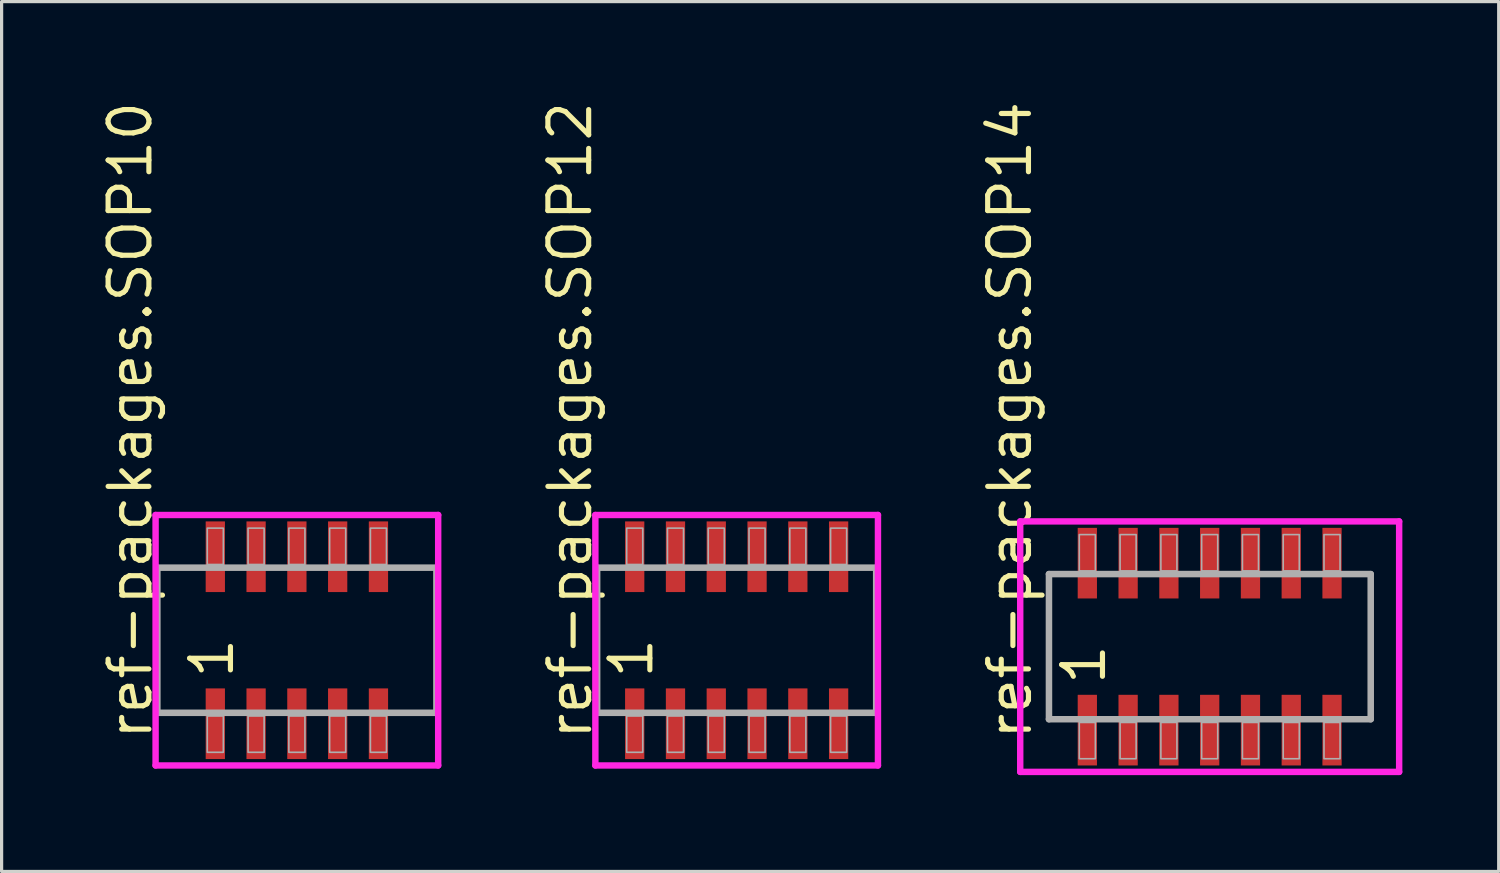
<source format=kicad_pcb>
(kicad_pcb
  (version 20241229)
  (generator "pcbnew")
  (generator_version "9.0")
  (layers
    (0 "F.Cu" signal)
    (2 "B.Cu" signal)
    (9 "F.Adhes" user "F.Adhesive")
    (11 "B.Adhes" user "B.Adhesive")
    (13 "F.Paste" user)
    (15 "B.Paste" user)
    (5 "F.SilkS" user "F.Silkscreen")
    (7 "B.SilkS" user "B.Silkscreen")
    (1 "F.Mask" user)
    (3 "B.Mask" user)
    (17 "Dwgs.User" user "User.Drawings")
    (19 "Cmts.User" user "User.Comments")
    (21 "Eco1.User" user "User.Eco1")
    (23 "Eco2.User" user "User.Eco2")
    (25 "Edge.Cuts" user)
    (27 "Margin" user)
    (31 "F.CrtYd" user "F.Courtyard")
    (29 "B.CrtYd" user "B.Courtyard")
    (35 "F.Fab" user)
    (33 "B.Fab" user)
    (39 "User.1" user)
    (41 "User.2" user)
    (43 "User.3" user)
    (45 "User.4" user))
  (footprint "ref-packages.SOP12"
    (layer "F.Cu")
    (at 19.89 16.887)
    (property "Reference" "ref-packages.SOP12" (at -4.445 3.175 90) (layer "F.SilkS") (effects (font (size 1.27 1.27) (thickness 0.16)) (justify left bottom)))
    (attr smd)
    (fp_line (start -4.4 -3.9) (end 4.4 -3.9) (stroke (width 0.2) (type default)) (layer "F.CrtYd"))
    (fp_line (start -4.4 3.9) (end -4.4 -3.9) (stroke (width 0.2) (type default)) (layer "F.CrtYd"))
    (fp_line (start 4.4 -3.9) (end 4.4 3.9) (stroke (width 0.2) (type default)) (layer "F.CrtYd"))
    (fp_line (start 4.4 3.9) (end -4.4 3.9) (stroke (width 0.2) (type default)) (layer "F.CrtYd"))
    (fp_line (start -4.345 -2.26) (end 4.345 -2.26) (stroke (width 0.203) (type default)) (layer "F.Fab"))
    (fp_line (start -4.345 2.26) (end -4.345 -2.26) (stroke (width 0.203) (type default)) (layer "F.Fab"))
    (fp_line (start 4.345 -2.26) (end 4.345 2.26) (stroke (width 0.203) (type default)) (layer "F.Fab"))
    (fp_line (start 4.345 2.26) (end -4.345 2.26) (stroke (width 0.203) (type default)) (layer "F.Fab"))
    (fp_rect (start -3.425 -2.36) (end -2.925 -3.49) (stroke (width 0.05) (type default)) (fill no) (layer "F.Fab"))
    (fp_rect (start -3.425 3.49) (end -2.925 2.36) (stroke (width 0.05) (type default)) (fill no) (layer "F.Fab"))
    (fp_rect (start -2.155 -2.36) (end -1.655 -3.49) (stroke (width 0.05) (type default)) (fill no) (layer "F.Fab"))
    (fp_rect (start -2.155 3.49) (end -1.655 2.36) (stroke (width 0.05) (type default)) (fill no) (layer "F.Fab"))
    (fp_rect (start -0.885 -2.36) (end -0.385 -3.49) (stroke (width 0.05) (type default)) (fill no) (layer "F.Fab"))
    (fp_rect (start -0.885 3.49) (end -0.385 2.36) (stroke (width 0.05) (type default)) (fill no) (layer "F.Fab"))
    (fp_rect (start 0.385 -2.36) (end 0.885 -3.49) (stroke (width 0.05) (type default)) (fill no) (layer "F.Fab"))
    (fp_rect (start 0.385 3.49) (end 0.885 2.36) (stroke (width 0.05) (type default)) (fill no) (layer "F.Fab"))
    (fp_rect (start 1.655 -2.36) (end 2.155 -3.49) (stroke (width 0.05) (type default)) (fill no) (layer "F.Fab"))
    (fp_rect (start 1.655 3.49) (end 2.155 2.36) (stroke (width 0.05) (type default)) (fill no) (layer "F.Fab"))
    (fp_rect (start 2.925 -2.36) (end 3.425 -3.49) (stroke (width 0.05) (type default)) (fill no) (layer "F.Fab"))
    (fp_rect (start 2.925 3.49) (end 3.425 2.36) (stroke (width 0.05) (type default)) (fill no) (layer "F.Fab"))
    (fp_text user "1" (at -2.54 1.27 90) (layer "F.SilkS") (effects (font (size 1.27 1.27) (thickness 0.16)) (justify left bottom)))
    (pad "1" smd roundrect (at -3.175 2.6) (size 0.6 2.2) (layers "F.Cu" "F.Mask" "F.Paste") (roundrect_rratio 0.01))
    (pad "2" smd roundrect (at -1.905 2.6) (size 0.6 2.2) (layers "F.Cu" "F.Mask" "F.Paste") (roundrect_rratio 0.01))
    (pad "3" smd roundrect (at -0.635 2.6) (size 0.6 2.2) (layers "F.Cu" "F.Mask" "F.Paste") (roundrect_rratio 0.01))
    (pad "4" smd roundrect (at 0.635 2.6) (size 0.6 2.2) (layers "F.Cu" "F.Mask" "F.Paste") (roundrect_rratio 0.01))
    (pad "5" smd roundrect (at 1.905 2.6) (size 0.6 2.2) (layers "F.Cu" "F.Mask" "F.Paste") (roundrect_rratio 0.01))
    (pad "6" smd roundrect (at 3.175 2.6) (size 0.6 2.2) (layers "F.Cu" "F.Mask" "F.Paste") (roundrect_rratio 0.01))
    (pad "7" smd roundrect (at 3.175 -2.6) (size 0.6 2.2) (layers "F.Cu" "F.Mask" "F.Paste") (roundrect_rratio 0.01))
    (pad "8" smd roundrect (at 1.905 -2.6) (size 0.6 2.2) (layers "F.Cu" "F.Mask" "F.Paste") (roundrect_rratio 0.01))
    (pad "9" smd roundrect (at 0.635 -2.6) (size 0.6 2.2) (layers "F.Cu" "F.Mask" "F.Paste") (roundrect_rratio 0.01))
    (pad "10" smd roundrect (at -0.635 -2.6) (size 0.6 2.2) (layers "F.Cu" "F.Mask" "F.Paste") (roundrect_rratio 0.01))
    (pad "11" smd roundrect (at -1.905 -2.6) (size 0.6 2.2) (layers "F.Cu" "F.Mask" "F.Paste") (roundrect_rratio 0.01))
    (pad "12" smd roundrect (at -3.175 -2.6) (size 0.6 2.2) (layers "F.Cu" "F.Mask" "F.Paste") (roundrect_rratio 0.01)))
  (footprint "ref-packages.SOP14"
    (layer "F.Cu")
    (at 34.62 17.087)
    (property "Reference" "ref-packages.SOP14" (at -5.48 2.975 90) (layer "F.SilkS") (effects (font (size 1.27 1.27) (thickness 0.16)) (justify left bottom)))
    (attr smd)
    (fp_line (start -5.9 -3.9) (end 5.9 -3.9) (stroke (width 0.2) (type default)) (layer "F.CrtYd"))
    (fp_line (start -5.9 3.9) (end -5.9 -3.9) (stroke (width 0.2) (type default)) (layer "F.CrtYd"))
    (fp_line (start 5.9 -3.9) (end 5.9 3.9) (stroke (width 0.2) (type default)) (layer "F.CrtYd"))
    (fp_line (start 5.9 3.9) (end -5.9 3.9) (stroke (width 0.2) (type default)) (layer "F.CrtYd"))
    (fp_line (start -5.005 -2.26) (end 5.015 -2.26) (stroke (width 0.203) (type default)) (layer "F.Fab"))
    (fp_line (start -5.005 2.26) (end -5.005 -2.26) (stroke (width 0.203) (type default)) (layer "F.Fab"))
    (fp_line (start 5.015 -2.26) (end 5.015 2.26) (stroke (width 0.203) (type default)) (layer "F.Fab"))
    (fp_line (start 5.015 2.26) (end -5.005 2.26) (stroke (width 0.203) (type default)) (layer "F.Fab"))
    (fp_rect (start -4.06 -2.36) (end -3.56 -3.49) (stroke (width 0.05) (type default)) (fill no) (layer "F.Fab"))
    (fp_rect (start -4.06 3.49) (end -3.56 2.36) (stroke (width 0.05) (type default)) (fill no) (layer "F.Fab"))
    (fp_rect (start -2.79 -2.36) (end -2.29 -3.49) (stroke (width 0.05) (type default)) (fill no) (layer "F.Fab"))
    (fp_rect (start -2.79 3.49) (end -2.29 2.36) (stroke (width 0.05) (type default)) (fill no) (layer "F.Fab"))
    (fp_rect (start -1.52 -2.36) (end -1.02 -3.49) (stroke (width 0.05) (type default)) (fill no) (layer "F.Fab"))
    (fp_rect (start -1.52 3.49) (end -1.02 2.36) (stroke (width 0.05) (type default)) (fill no) (layer "F.Fab"))
    (fp_rect (start -0.25 -2.36) (end 0.25 -3.49) (stroke (width 0.05) (type default)) (fill no) (layer "F.Fab"))
    (fp_rect (start -0.25 3.49) (end 0.25 2.36) (stroke (width 0.05) (type default)) (fill no) (layer "F.Fab"))
    (fp_rect (start 1.02 -2.36) (end 1.52 -3.49) (stroke (width 0.05) (type default)) (fill no) (layer "F.Fab"))
    (fp_rect (start 1.02 3.49) (end 1.52 2.36) (stroke (width 0.05) (type default)) (fill no) (layer "F.Fab"))
    (fp_rect (start 2.29 -2.36) (end 2.79 -3.49) (stroke (width 0.05) (type default)) (fill no) (layer "F.Fab"))
    (fp_rect (start 2.29 3.49) (end 2.79 2.36) (stroke (width 0.05) (type default)) (fill no) (layer "F.Fab"))
    (fp_rect (start 3.56 -2.36) (end 4.06 -3.49) (stroke (width 0.05) (type default)) (fill no) (layer "F.Fab"))
    (fp_rect (start 3.56 3.49) (end 4.06 2.36) (stroke (width 0.05) (type default)) (fill no) (layer "F.Fab"))
    (fp_text user "1" (at -3.175 1.27 90) (layer "F.SilkS") (effects (font (size 1.27 1.27) (thickness 0.16)) (justify left bottom)))
    (pad "1" smd roundrect (at -3.81 2.6) (size 0.6 2.2) (layers "F.Cu" "F.Mask" "F.Paste") (roundrect_rratio 0.01))
    (pad "2" smd roundrect (at -2.54 2.6) (size 0.6 2.2) (layers "F.Cu" "F.Mask" "F.Paste") (roundrect_rratio 0.01))
    (pad "3" smd roundrect (at -1.27 2.6) (size 0.6 2.2) (layers "F.Cu" "F.Mask" "F.Paste") (roundrect_rratio 0.01))
    (pad "4" smd roundrect (at 0 2.6) (size 0.6 2.2) (layers "F.Cu" "F.Mask" "F.Paste") (roundrect_rratio 0.01))
    (pad "5" smd roundrect (at 1.27 2.6) (size 0.6 2.2) (layers "F.Cu" "F.Mask" "F.Paste") (roundrect_rratio 0.01))
    (pad "6" smd roundrect (at 2.54 2.6) (size 0.6 2.2) (layers "F.Cu" "F.Mask" "F.Paste") (roundrect_rratio 0.01))
    (pad "7" smd roundrect (at 3.81 2.6) (size 0.6 2.2) (layers "F.Cu" "F.Mask" "F.Paste") (roundrect_rratio 0.01))
    (pad "8" smd roundrect (at 3.81 -2.6) (size 0.6 2.2) (layers "F.Cu" "F.Mask" "F.Paste") (roundrect_rratio 0.01))
    (pad "9" smd roundrect (at 2.54 -2.6) (size 0.6 2.2) (layers "F.Cu" "F.Mask" "F.Paste") (roundrect_rratio 0.01))
    (pad "10" smd roundrect (at 1.27 -2.6) (size 0.6 2.2) (layers "F.Cu" "F.Mask" "F.Paste") (roundrect_rratio 0.01))
    (pad "11" smd roundrect (at 0 -2.6) (size 0.6 2.2) (layers "F.Cu" "F.Mask" "F.Paste") (roundrect_rratio 0.01))
    (pad "12" smd roundrect (at -1.27 -2.6) (size 0.6 2.2) (layers "F.Cu" "F.Mask" "F.Paste") (roundrect_rratio 0.01))
    (pad "13" smd roundrect (at -2.54 -2.6) (size 0.6 2.2) (layers "F.Cu" "F.Mask" "F.Paste") (roundrect_rratio 0.01))
    (pad "14" smd roundrect (at -3.81 -2.6) (size 0.6 2.2) (layers "F.Cu" "F.Mask" "F.Paste") (roundrect_rratio 0.01)))
  (footprint "ref-packages.SOP10"
    (layer "F.Cu")
    (at 6.195 16.887)
    (property "Reference" "ref-packages.SOP10" (at -4.445 3.175 90) (layer "F.SilkS") (effects (font (size 1.27 1.27) (thickness 0.16)) (justify left bottom)))
    (attr smd)
    (fp_line (start -4.4 -3.9) (end 4.4 -3.9) (stroke (width 0.2) (type default)) (layer "F.CrtYd"))
    (fp_line (start -4.4 3.9) (end -4.4 -3.9) (stroke (width 0.2) (type default)) (layer "F.CrtYd"))
    (fp_line (start 4.4 -3.9) (end 4.4 3.9) (stroke (width 0.2) (type default)) (layer "F.CrtYd"))
    (fp_line (start 4.4 3.9) (end -4.4 3.9) (stroke (width 0.2) (type default)) (layer "F.CrtYd"))
    (fp_line (start -4.345 -2.26) (end 4.345 -2.26) (stroke (width 0.203) (type default)) (layer "F.Fab"))
    (fp_line (start -4.345 2.26) (end -4.345 -2.26) (stroke (width 0.203) (type default)) (layer "F.Fab"))
    (fp_line (start 4.345 -2.26) (end 4.345 2.26) (stroke (width 0.203) (type default)) (layer "F.Fab"))
    (fp_line (start 4.345 2.26) (end -4.345 2.26) (stroke (width 0.203) (type default)) (layer "F.Fab"))
    (fp_rect (start -2.79 -2.36) (end -2.29 -3.49) (stroke (width 0.05) (type default)) (fill no) (layer "F.Fab"))
    (fp_rect (start -2.79 3.49) (end -2.29 2.36) (stroke (width 0.05) (type default)) (fill no) (layer "F.Fab"))
    (fp_rect (start -1.52 -2.36) (end -1.02 -3.49) (stroke (width 0.05) (type default)) (fill no) (layer "F.Fab"))
    (fp_rect (start -1.52 3.49) (end -1.02 2.36) (stroke (width 0.05) (type default)) (fill no) (layer "F.Fab"))
    (fp_rect (start -0.25 -2.36) (end 0.25 -3.49) (stroke (width 0.05) (type default)) (fill no) (layer "F.Fab"))
    (fp_rect (start -0.25 3.49) (end 0.25 2.36) (stroke (width 0.05) (type default)) (fill no) (layer "F.Fab"))
    (fp_rect (start 1.02 -2.36) (end 1.52 -3.49) (stroke (width 0.05) (type default)) (fill no) (layer "F.Fab"))
    (fp_rect (start 1.02 3.49) (end 1.52 2.36) (stroke (width 0.05) (type default)) (fill no) (layer "F.Fab"))
    (fp_rect (start 2.29 -2.36) (end 2.79 -3.49) (stroke (width 0.05) (type default)) (fill no) (layer "F.Fab"))
    (fp_rect (start 2.29 3.49) (end 2.79 2.36) (stroke (width 0.05) (type default)) (fill no) (layer "F.Fab"))
    (fp_text user "1" (at -1.905 1.27 90) (layer "F.SilkS") (effects (font (size 1.27 1.27) (thickness 0.16)) (justify left bottom)))
    (pad "1" smd roundrect (at -2.54 2.6) (size 0.6 2.2) (layers "F.Cu" "F.Mask" "F.Paste") (roundrect_rratio 0.01))
    (pad "2" smd roundrect (at -1.27 2.6) (size 0.6 2.2) (layers "F.Cu" "F.Mask" "F.Paste") (roundrect_rratio 0.01))
    (pad "3" smd roundrect (at 0 2.6) (size 0.6 2.2) (layers "F.Cu" "F.Mask" "F.Paste") (roundrect_rratio 0.01))
    (pad "4" smd roundrect (at 1.27 2.6) (size 0.6 2.2) (layers "F.Cu" "F.Mask" "F.Paste") (roundrect_rratio 0.01))
    (pad "5" smd roundrect (at 2.54 2.6) (size 0.6 2.2) (layers "F.Cu" "F.Mask" "F.Paste") (roundrect_rratio 0.01))
    (pad "6" smd roundrect (at 2.54 -2.6) (size 0.6 2.2) (layers "F.Cu" "F.Mask" "F.Paste") (roundrect_rratio 0.01))
    (pad "7" smd roundrect (at 1.27 -2.6) (size 0.6 2.2) (layers "F.Cu" "F.Mask" "F.Paste") (roundrect_rratio 0.01))
    (pad "8" smd roundrect (at 0 -2.6) (size 0.6 2.2) (layers "F.Cu" "F.Mask" "F.Paste") (roundrect_rratio 0.01))
    (pad "9" smd roundrect (at -1.27 -2.6) (size 0.6 2.2) (layers "F.Cu" "F.Mask" "F.Paste") (roundrect_rratio 0.01))
    (pad "10" smd roundrect (at -2.54 -2.6) (size 0.6 2.2) (layers "F.Cu" "F.Mask" "F.Paste") (roundrect_rratio 0.01)))
  (gr_rect
    (start -3 -3)
    (end 43.62 24.087)
    (stroke (width 0.1) (type default))
    (fill no)
    (layer "Edge.Cuts")))
</source>
